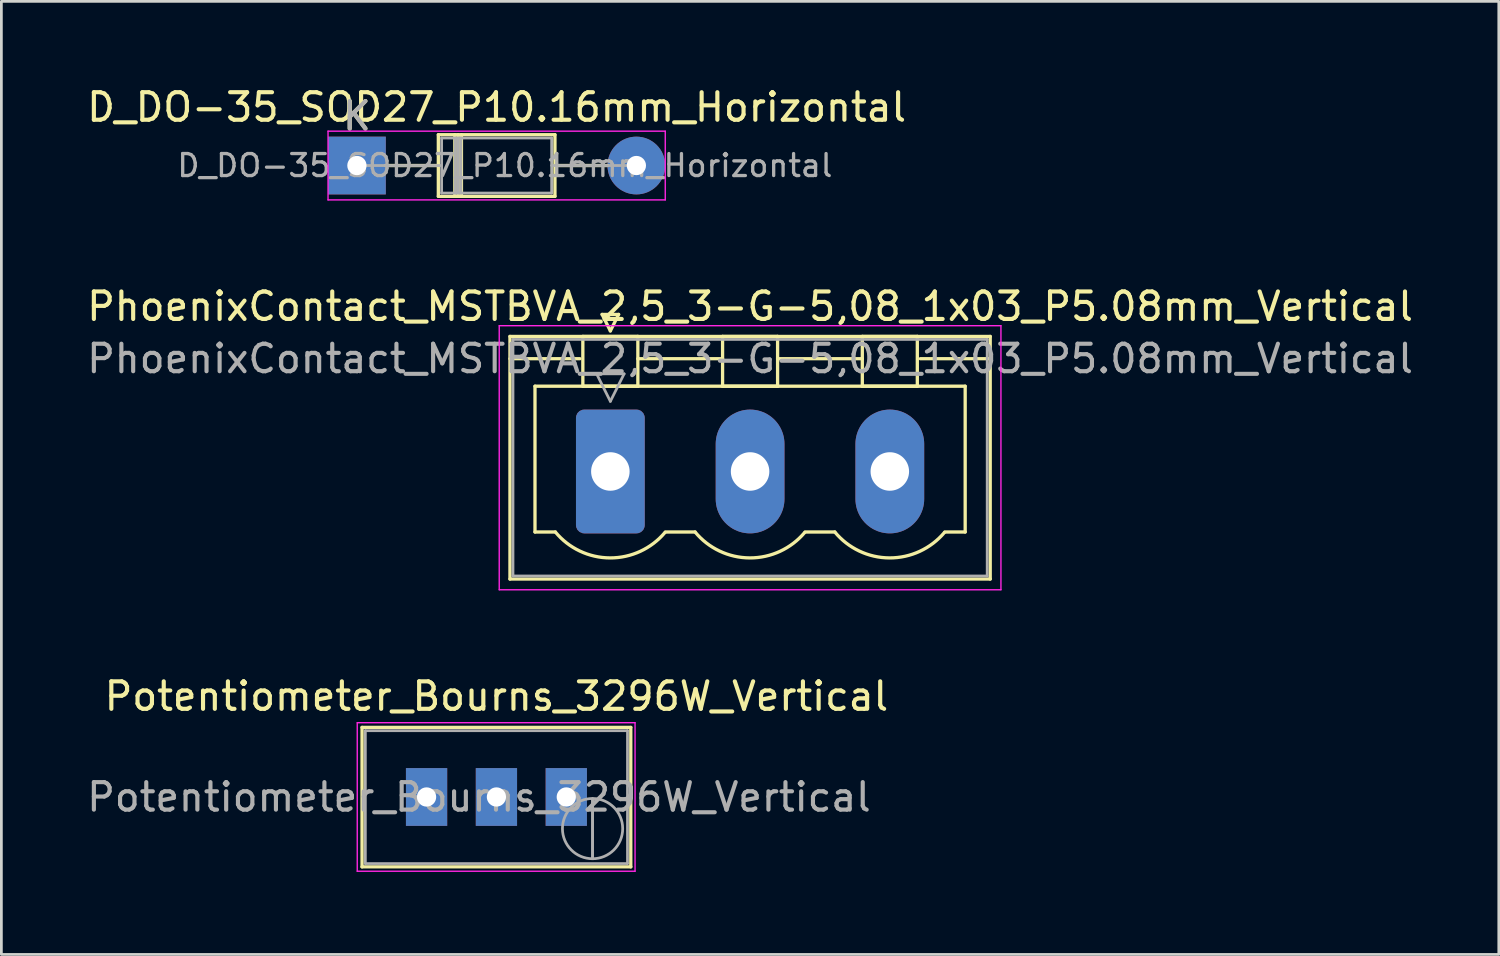
<source format=kicad_pcb>
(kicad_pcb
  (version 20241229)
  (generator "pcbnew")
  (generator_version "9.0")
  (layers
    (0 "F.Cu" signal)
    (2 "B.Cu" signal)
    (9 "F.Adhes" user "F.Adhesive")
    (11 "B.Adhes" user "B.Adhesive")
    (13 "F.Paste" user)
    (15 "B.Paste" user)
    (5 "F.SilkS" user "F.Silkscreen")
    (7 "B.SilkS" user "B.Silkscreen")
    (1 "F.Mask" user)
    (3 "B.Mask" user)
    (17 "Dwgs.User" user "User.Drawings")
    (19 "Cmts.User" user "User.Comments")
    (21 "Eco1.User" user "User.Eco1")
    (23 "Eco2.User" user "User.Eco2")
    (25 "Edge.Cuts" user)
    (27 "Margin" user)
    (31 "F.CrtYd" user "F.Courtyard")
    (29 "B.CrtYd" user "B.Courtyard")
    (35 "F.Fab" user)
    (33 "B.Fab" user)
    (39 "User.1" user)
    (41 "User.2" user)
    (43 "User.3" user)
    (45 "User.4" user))
  (footprint "Potentiometer_Bourns_3296W_Vertical"
    (layer "F.Cu")
    (at 17.538 25.925)
    (property "Reference" "Potentiometer_Bourns_3296W_Vertical" (at -2.54 -3.66 0) (layer "F.SilkS") (effects (font (size 1 1) (thickness 0.15))))
    (attr through_hole)
    (fp_line (start -7.425 -2.53) (end -7.425 2.54) (stroke (width 0.12) (type solid)) (layer "F.SilkS"))
    (fp_line (start -7.425 -2.53) (end 2.345 -2.53) (stroke (width 0.12) (type solid)) (layer "F.SilkS"))
    (fp_line (start -7.425 2.54) (end 2.345 2.54) (stroke (width 0.12) (type solid)) (layer "F.SilkS"))
    (fp_line (start 2.345 -2.53) (end 2.345 2.54) (stroke (width 0.12) (type solid)) (layer "F.SilkS"))
    (fp_line (start -7.6 -2.7) (end -7.6 2.7) (stroke (width 0.05) (type solid)) (layer "F.CrtYd"))
    (fp_line (start -7.6 2.7) (end 2.5 2.7) (stroke (width 0.05) (type solid)) (layer "F.CrtYd"))
    (fp_line (start 2.5 -2.7) (end -7.6 -2.7) (stroke (width 0.05) (type solid)) (layer "F.CrtYd"))
    (fp_line (start 2.5 2.7) (end 2.5 -2.7) (stroke (width 0.05) (type solid)) (layer "F.CrtYd"))
    (fp_line (start -7.305 -2.41) (end -7.305 2.42) (stroke (width 0.1) (type solid)) (layer "F.Fab"))
    (fp_line (start -7.305 2.42) (end 2.225 2.42) (stroke (width 0.1) (type solid)) (layer "F.Fab"))
    (fp_line (start 0.955 2.235) (end 0.956 0.066) (stroke (width 0.1) (type solid)) (layer "F.Fab"))
    (fp_line (start 0.955 2.235) (end 0.956 0.066) (stroke (width 0.1) (type solid)) (layer "F.Fab"))
    (fp_line (start 2.225 -2.41) (end -7.305 -2.41) (stroke (width 0.1) (type solid)) (layer "F.Fab"))
    (fp_line (start 2.225 2.42) (end 2.225 -2.41) (stroke (width 0.1) (type solid)) (layer "F.Fab"))
    (fp_circle (center 0.955 1.15) (end 2.05 1.15) (stroke (width 0.1) (type solid)) (fill no) (layer "F.Fab"))
    (fp_text user "${REFERENCE}" (at -3.175 0.005 0) (layer "F.Fab") (effects (font (size 1 1) (thickness 0.15))))
    (pad "1" thru_hole rect (at 0 0) (size 1.5 2.1) (drill 0.7) (layers "*.Cu" "*.Mask"))
    (pad "2" thru_hole rect (at -2.54 0) (size 1.5 2.1) (drill 0.7) (layers "*.Cu" "*.Mask"))
    (pad "3" thru_hole rect (at -5.08 0) (size 1.5 2.1) (drill 0.7) (layers "*.Cu" "*.Mask")))
  (footprint "PhoenixContact_MSTBVA_2,5_3-G-5,08_1x03_P5.08mm_Vertical"
    (layer "F.Cu")
    (at 19.14 14.091)
    (property "Reference" "PhoenixContact_MSTBVA_2,5_3-G-5,08_1x03_P5.08mm_Vertical" (at 5.08 -6 0) (layer "F.SilkS") (effects (font (size 1 1) (thickness 0.15))))
    (attr through_hole)
    (fp_line (start -3.65 -4.91) (end -3.65 3.91) (stroke (width 0.12) (type solid)) (layer "F.SilkS"))
    (fp_line (start -3.65 -4.1) (end -1.11 -4.1) (stroke (width 0.12) (type solid)) (layer "F.SilkS"))
    (fp_line (start -3.65 3.91) (end 13.81 3.91) (stroke (width 0.12) (type solid)) (layer "F.SilkS"))
    (fp_line (start -2.74 -3.1) (end 12.9 -3.1) (stroke (width 0.12) (type solid)) (layer "F.SilkS"))
    (fp_line (start -2.74 2.2) (end -2.74 -3.1) (stroke (width 0.12) (type solid)) (layer "F.SilkS"))
    (fp_line (start -2 2.2) (end -2.74 2.2) (stroke (width 0.12) (type solid)) (layer "F.SilkS"))
    (fp_line (start -1 -4.91) (end 1 -4.91) (stroke (width 0.12) (type solid)) (layer "F.SilkS"))
    (fp_line (start -1 -3.1) (end -1 -4.91) (stroke (width 0.12) (type solid)) (layer "F.SilkS"))
    (fp_line (start -0.3 -5.71) (end 0.3 -5.71) (stroke (width 0.12) (type solid)) (layer "F.SilkS"))
    (fp_line (start 0 -5.11) (end -0.3 -5.71) (stroke (width 0.12) (type solid)) (layer "F.SilkS"))
    (fp_line (start 0.3 -5.71) (end 0 -5.11) (stroke (width 0.12) (type solid)) (layer "F.SilkS"))
    (fp_line (start 1 -4.91) (end 1 -3.1) (stroke (width 0.12) (type solid)) (layer "F.SilkS"))
    (fp_line (start 1 -4.1) (end 4.08 -4.1) (stroke (width 0.12) (type solid)) (layer "F.SilkS"))
    (fp_line (start 1 -3.1) (end -1 -3.1) (stroke (width 0.12) (type solid)) (layer "F.SilkS"))
    (fp_line (start 2 2.2) (end 3.08 2.2) (stroke (width 0.12) (type solid)) (layer "F.SilkS"))
    (fp_line (start 4.08 -4.91) (end 6.08 -4.91) (stroke (width 0.12) (type solid)) (layer "F.SilkS"))
    (fp_line (start 4.08 -3.1) (end 4.08 -4.91) (stroke (width 0.12) (type solid)) (layer "F.SilkS"))
    (fp_line (start 6.08 -4.91) (end 6.08 -3.1) (stroke (width 0.12) (type solid)) (layer "F.SilkS"))
    (fp_line (start 6.08 -4.1) (end 9.16 -4.1) (stroke (width 0.12) (type solid)) (layer "F.SilkS"))
    (fp_line (start 6.08 -3.1) (end 4.08 -3.1) (stroke (width 0.12) (type solid)) (layer "F.SilkS"))
    (fp_line (start 7.08 2.2) (end 8.16 2.2) (stroke (width 0.12) (type solid)) (layer "F.SilkS"))
    (fp_line (start 9.16 -4.91) (end 11.16 -4.91) (stroke (width 0.12) (type solid)) (layer "F.SilkS"))
    (fp_line (start 9.16 -3.1) (end 9.16 -4.91) (stroke (width 0.12) (type solid)) (layer "F.SilkS"))
    (fp_line (start 11.16 -4.91) (end 11.16 -3.1) (stroke (width 0.12) (type solid)) (layer "F.SilkS"))
    (fp_line (start 11.16 -3.1) (end 9.16 -3.1) (stroke (width 0.12) (type solid)) (layer "F.SilkS"))
    (fp_line (start 12.9 -3.1) (end 12.9 2.2) (stroke (width 0.12) (type solid)) (layer "F.SilkS"))
    (fp_line (start 12.9 2.2) (end 12.16 2.2) (stroke (width 0.12) (type solid)) (layer "F.SilkS"))
    (fp_line (start 13.81 -4.91) (end -3.65 -4.91) (stroke (width 0.12) (type solid)) (layer "F.SilkS"))
    (fp_line (start 13.81 -4.1) (end 11.27 -4.1) (stroke (width 0.12) (type solid)) (layer "F.SilkS"))
    (fp_line (start 13.81 3.91) (end 13.81 -4.91) (stroke (width 0.12) (type solid)) (layer "F.SilkS"))
    (fp_arc (start 1.986842 2.215821) (mid -0.010289 3.142758) (end -2 2.2) (stroke (width 0.12) (type solid)) (layer "F.SilkS"))
    (fp_arc (start 7.066842 2.215821) (mid 5.069711 3.142758) (end 3.08 2.2) (stroke (width 0.12) (type solid)) (layer "F.SilkS"))
    (fp_arc (start 12.146842 2.215821) (mid 10.149711 3.142758) (end 8.16 2.2) (stroke (width 0.12) (type solid)) (layer "F.SilkS"))
    (fp_line (start -4.04 -5.3) (end -4.04 4.3) (stroke (width 0.05) (type solid)) (layer "F.CrtYd"))
    (fp_line (start -4.04 4.3) (end 14.2 4.3) (stroke (width 0.05) (type solid)) (layer "F.CrtYd"))
    (fp_line (start 14.2 -5.3) (end -4.04 -5.3) (stroke (width 0.05) (type solid)) (layer "F.CrtYd"))
    (fp_line (start 14.2 4.3) (end 14.2 -5.3) (stroke (width 0.05) (type solid)) (layer "F.CrtYd"))
    (fp_line (start -3.54 -4.8) (end -3.54 3.8) (stroke (width 0.1) (type solid)) (layer "F.Fab"))
    (fp_line (start -3.54 3.8) (end 13.7 3.8) (stroke (width 0.1) (type solid)) (layer "F.Fab"))
    (fp_line (start -0.5 -3.55) (end 0.5 -3.55) (stroke (width 0.1) (type solid)) (layer "F.Fab"))
    (fp_line (start 0 -2.55) (end -0.5 -3.55) (stroke (width 0.1) (type solid)) (layer "F.Fab"))
    (fp_line (start 0.5 -3.55) (end 0 -2.55) (stroke (width 0.1) (type solid)) (layer "F.Fab"))
    (fp_line (start 13.7 -4.8) (end -3.54 -4.8) (stroke (width 0.1) (type solid)) (layer "F.Fab"))
    (fp_line (start 13.7 3.8) (end 13.7 -4.8) (stroke (width 0.1) (type solid)) (layer "F.Fab"))
    (fp_text user "${REFERENCE}" (at 5.08 -4.1 0) (layer "F.Fab") (effects (font (size 1 1) (thickness 0.15))))
    (pad "1" thru_hole roundrect (at 0 0) (size 2.5 4.5) (drill 1.4) (layers "*.Cu" "*.Mask") (roundrect_rratio 0.12))
    (pad "2" thru_hole oval (at 5.08 0) (size 2.5 4.5) (drill 1.4) (layers "*.Cu" "*.Mask"))
    (pad "3" thru_hole oval (at 10.16 0) (size 2.5 4.5) (drill 1.4) (layers "*.Cu" "*.Mask")))
  (footprint "D_DO-35_SOD27_P10.16mm_Horizontal"
    (layer "F.Cu")
    (at 9.926 2.968)
    (property "Reference" "D_DO-35_SOD27_P10.16mm_Horizontal" (at 5.08 -2.12 0) (layer "F.SilkS") (effects (font (size 1 1) (thickness 0.15))))
    (attr through_hole)
    (fp_line (start 1.04 0) (end 2.96 0) (stroke (width 0.12) (type solid)) (layer "F.SilkS"))
    (fp_line (start 2.96 -1.12) (end 2.96 1.12) (stroke (width 0.12) (type solid)) (layer "F.SilkS"))
    (fp_line (start 2.96 1.12) (end 7.2 1.12) (stroke (width 0.12) (type solid)) (layer "F.SilkS"))
    (fp_line (start 3.56 -1.12) (end 3.56 1.12) (stroke (width 0.12) (type solid)) (layer "F.SilkS"))
    (fp_line (start 3.68 -1.12) (end 3.68 1.12) (stroke (width 0.12) (type solid)) (layer "F.SilkS"))
    (fp_line (start 3.8 -1.12) (end 3.8 1.12) (stroke (width 0.12) (type solid)) (layer "F.SilkS"))
    (fp_line (start 7.2 -1.12) (end 2.96 -1.12) (stroke (width 0.12) (type solid)) (layer "F.SilkS"))
    (fp_line (start 7.2 1.12) (end 7.2 -1.12) (stroke (width 0.12) (type solid)) (layer "F.SilkS"))
    (fp_line (start 9.12 0) (end 7.2 0) (stroke (width 0.12) (type solid)) (layer "F.SilkS"))
    (fp_line (start -1.05 -1.25) (end -1.05 1.25) (stroke (width 0.05) (type solid)) (layer "F.CrtYd"))
    (fp_line (start -1.05 1.25) (end 11.21 1.25) (stroke (width 0.05) (type solid)) (layer "F.CrtYd"))
    (fp_line (start 11.21 -1.25) (end -1.05 -1.25) (stroke (width 0.05) (type solid)) (layer "F.CrtYd"))
    (fp_line (start 11.21 1.25) (end 11.21 -1.25) (stroke (width 0.05) (type solid)) (layer "F.CrtYd"))
    (fp_line (start 0 0) (end 3.08 0) (stroke (width 0.1) (type solid)) (layer "F.Fab"))
    (fp_line (start 3.08 -1) (end 3.08 1) (stroke (width 0.1) (type solid)) (layer "F.Fab"))
    (fp_line (start 3.08 1) (end 7.08 1) (stroke (width 0.1) (type solid)) (layer "F.Fab"))
    (fp_line (start 3.58 -1) (end 3.58 1) (stroke (width 0.1) (type solid)) (layer "F.Fab"))
    (fp_line (start 3.68 -1) (end 3.68 1) (stroke (width 0.1) (type solid)) (layer "F.Fab"))
    (fp_line (start 3.78 -1) (end 3.78 1) (stroke (width 0.1) (type solid)) (layer "F.Fab"))
    (fp_line (start 7.08 -1) (end 3.08 -1) (stroke (width 0.1) (type solid)) (layer "F.Fab"))
    (fp_line (start 7.08 1) (end 7.08 -1) (stroke (width 0.1) (type solid)) (layer "F.Fab"))
    (fp_line (start 10.16 0) (end 7.08 0) (stroke (width 0.1) (type solid)) (layer "F.Fab"))
    (fp_text user "K" (at 0 -1.8 0) (layer "F.SilkS") (effects (font (size 1 1) (thickness 0.15))))
    (fp_text user "K" (at 0 -1.8 0) (layer "F.Fab") (effects (font (size 1 1) (thickness 0.15))))
    (fp_text user "${REFERENCE}" (at 5.38 0 0) (layer "F.Fab") (effects (font (size 0.8 0.8) (thickness 0.12))))
    (pad "1" thru_hole rect (at 0 0) (size 2.1 2.1) (drill 0.7) (layers "*.Cu" "*.Mask"))
    (pad "2" thru_hole oval (at 10.16 0) (size 2.1 2.1) (drill 0.7) (layers "*.Cu" "*.Mask")))
  (gr_rect
    (start -3 -3)
    (end 51.44 31.65)
    (stroke (width 0.1) (type default))
    (fill no)
    (layer "Edge.Cuts")))
</source>
